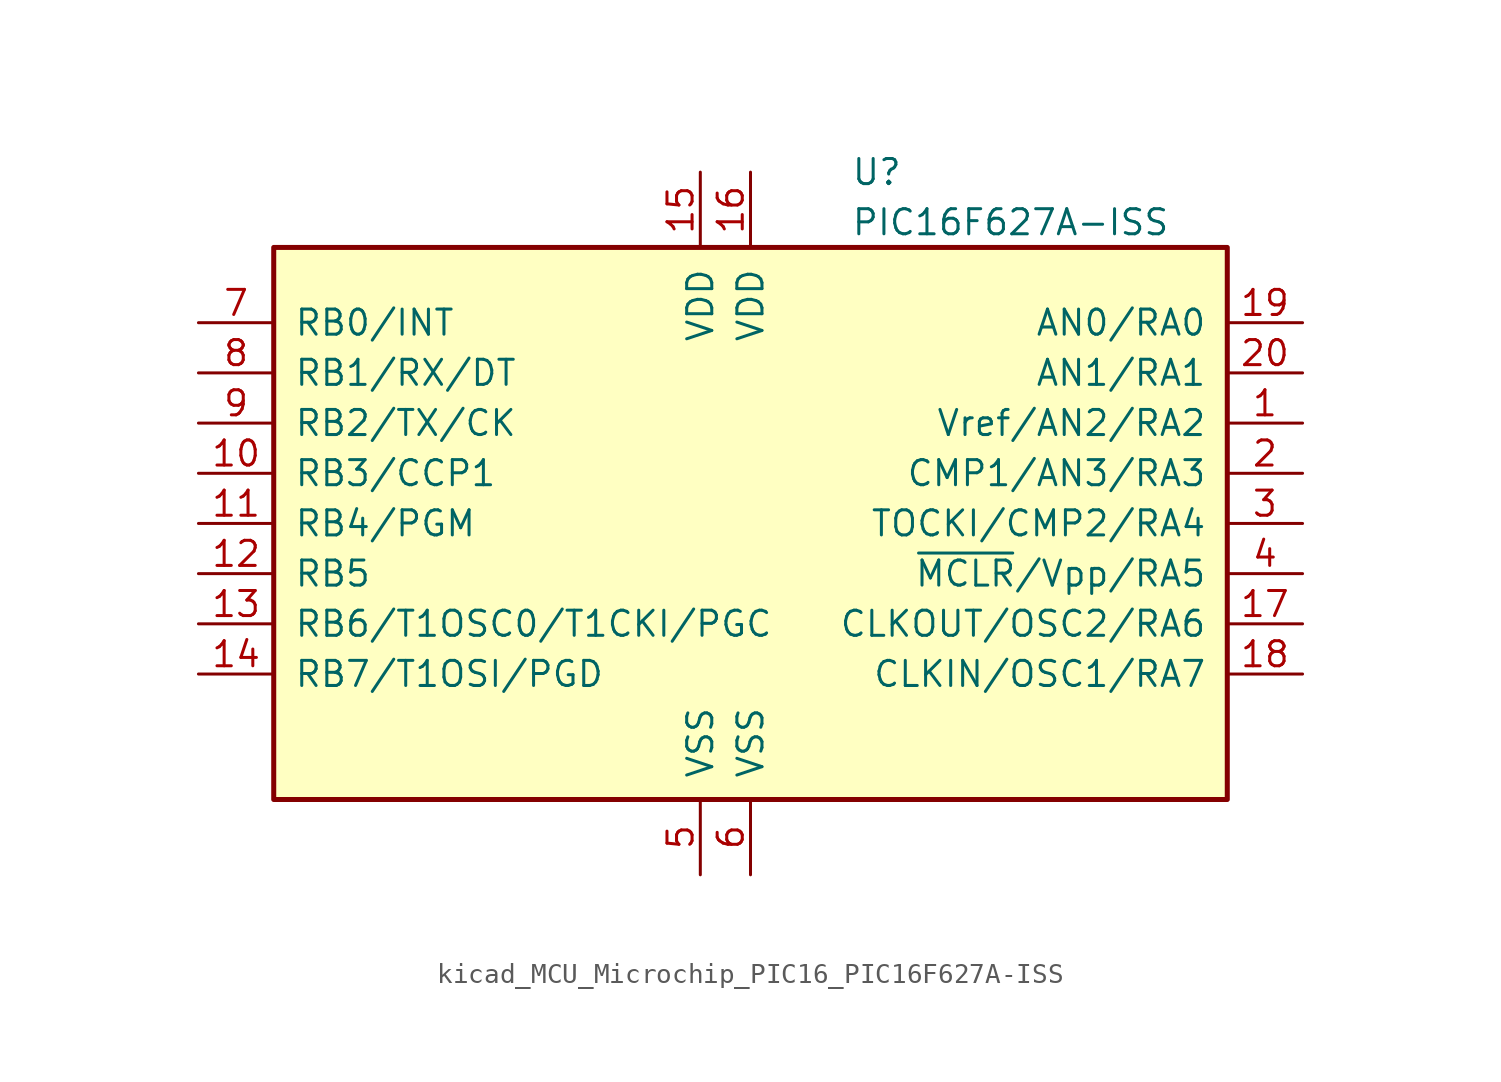
<source format=kicad_sym>
(kicad_symbol_lib
  (version 20220914)
  (generator kicad_symbol_editor)
  (symbol "kicad_MCU_Microchip_PIC16_PIC16F627A-ISS"
    (pin_names
      (offset 1.016))
    (property "Reference" "U"
      (at 5.08 17.78 0)
      (effects (font (size 1.27 1.27)) (justify left)))
    (property "Value" "PIC16F627A-ISS"
      (at 5.08 15.24 0)
      (effects (font (size 1.27 1.27)) (justify left)))
    (symbol "kicad_MCU_Microchip_PIC16_PIC16F627A-ISS_0_1"
      (rectangle (start 24.13 13.97) (end -24.13 -13.97) (stroke (width 0.254) (type default)) (fill (type background))))
    (symbol "kicad_MCU_Microchip_PIC16_PIC16F627A-ISS_1_1"
      (pin bidirectional line (at 27.94 5.08 180) (length 3.81) (name "Vref/AN2/RA2" (effects (font (size 1.27 1.27)))) (number "1" (effects (font (size 1.27 1.27)))))
      (pin bidirectional line (at -27.94 2.54 0) (length 3.81) (name "RB3/CCP1" (effects (font (size 1.27 1.27)))) (number "10" (effects (font (size 1.27 1.27)))))
      (pin bidirectional line (at -27.94 0 0) (length 3.81) (name "RB4/PGM" (effects (font (size 1.27 1.27)))) (number "11" (effects (font (size 1.27 1.27)))))
      (pin bidirectional line (at -27.94 -2.54 0) (length 3.81) (name "RB5" (effects (font (size 1.27 1.27)))) (number "12" (effects (font (size 1.27 1.27)))))
      (pin bidirectional line (at -27.94 -5.08 0) (length 3.81) (name "RB6/T1OSC0/T1CKI/PGC" (effects (font (size 1.27 1.27)))) (number "13" (effects (font (size 1.27 1.27)))))
      (pin bidirectional line (at -27.94 -7.62 0) (length 3.81) (name "RB7/T1OSI/PGD" (effects (font (size 1.27 1.27)))) (number "14" (effects (font (size 1.27 1.27)))))
      (pin power_in line (at -2.54 17.78 270) (length 3.81) (name "VDD" (effects (font (size 1.27 1.27)))) (number "15" (effects (font (size 1.27 1.27)))))
      (pin power_in line (at 0 17.78 270) (length 3.81) (name "VDD" (effects (font (size 1.27 1.27)))) (number "16" (effects (font (size 1.27 1.27)))))
      (pin bidirectional line (at 27.94 -5.08 180) (length 3.81) (name "CLKOUT/OSC2/RA6" (effects (font (size 1.27 1.27)))) (number "17" (effects (font (size 1.27 1.27)))))
      (pin bidirectional line (at 27.94 -7.62 180) (length 3.81) (name "CLKIN/OSC1/RA7" (effects (font (size 1.27 1.27)))) (number "18" (effects (font (size 1.27 1.27)))))
      (pin bidirectional line (at 27.94 10.16 180) (length 3.81) (name "AN0/RA0" (effects (font (size 1.27 1.27)))) (number "19" (effects (font (size 1.27 1.27)))))
      (pin bidirectional line (at 27.94 2.54 180) (length 3.81) (name "CMP1/AN3/RA3" (effects (font (size 1.27 1.27)))) (number "2" (effects (font (size 1.27 1.27)))))
      (pin bidirectional line (at 27.94 7.62 180) (length 3.81) (name "AN1/RA1" (effects (font (size 1.27 1.27)))) (number "20" (effects (font (size 1.27 1.27)))))
      (pin bidirectional line (at 27.94 0 180) (length 3.81) (name "TOCKI/CMP2/RA4" (effects (font (size 1.27 1.27)))) (number "3" (effects (font (size 1.27 1.27)))))
      (pin input line (at 27.94 -2.54 180) (length 3.81) (name "~{MCLR}/Vpp/RA5" (effects (font (size 1.27 1.27)))) (number "4" (effects (font (size 1.27 1.27)))))
      (pin power_in line (at -2.54 -17.78 90) (length 3.81) (name "VSS" (effects (font (size 1.27 1.27)))) (number "5" (effects (font (size 1.27 1.27)))))
      (pin power_in line (at 0 -17.78 90) (length 3.81) (name "VSS" (effects (font (size 1.27 1.27)))) (number "6" (effects (font (size 1.27 1.27)))))
      (pin bidirectional line (at -27.94 10.16 0) (length 3.81) (name "RB0/INT" (effects (font (size 1.27 1.27)))) (number "7" (effects (font (size 1.27 1.27)))))
      (pin bidirectional line (at -27.94 7.62 0) (length 3.81) (name "RB1/RX/DT" (effects (font (size 1.27 1.27)))) (number "8" (effects (font (size 1.27 1.27)))))
      (pin bidirectional line (at -27.94 5.08 0) (length 3.81) (name "RB2/TX/CK" (effects (font (size 1.27 1.27)))) (number "9" (effects (font (size 1.27 1.27))))))))
</source>
